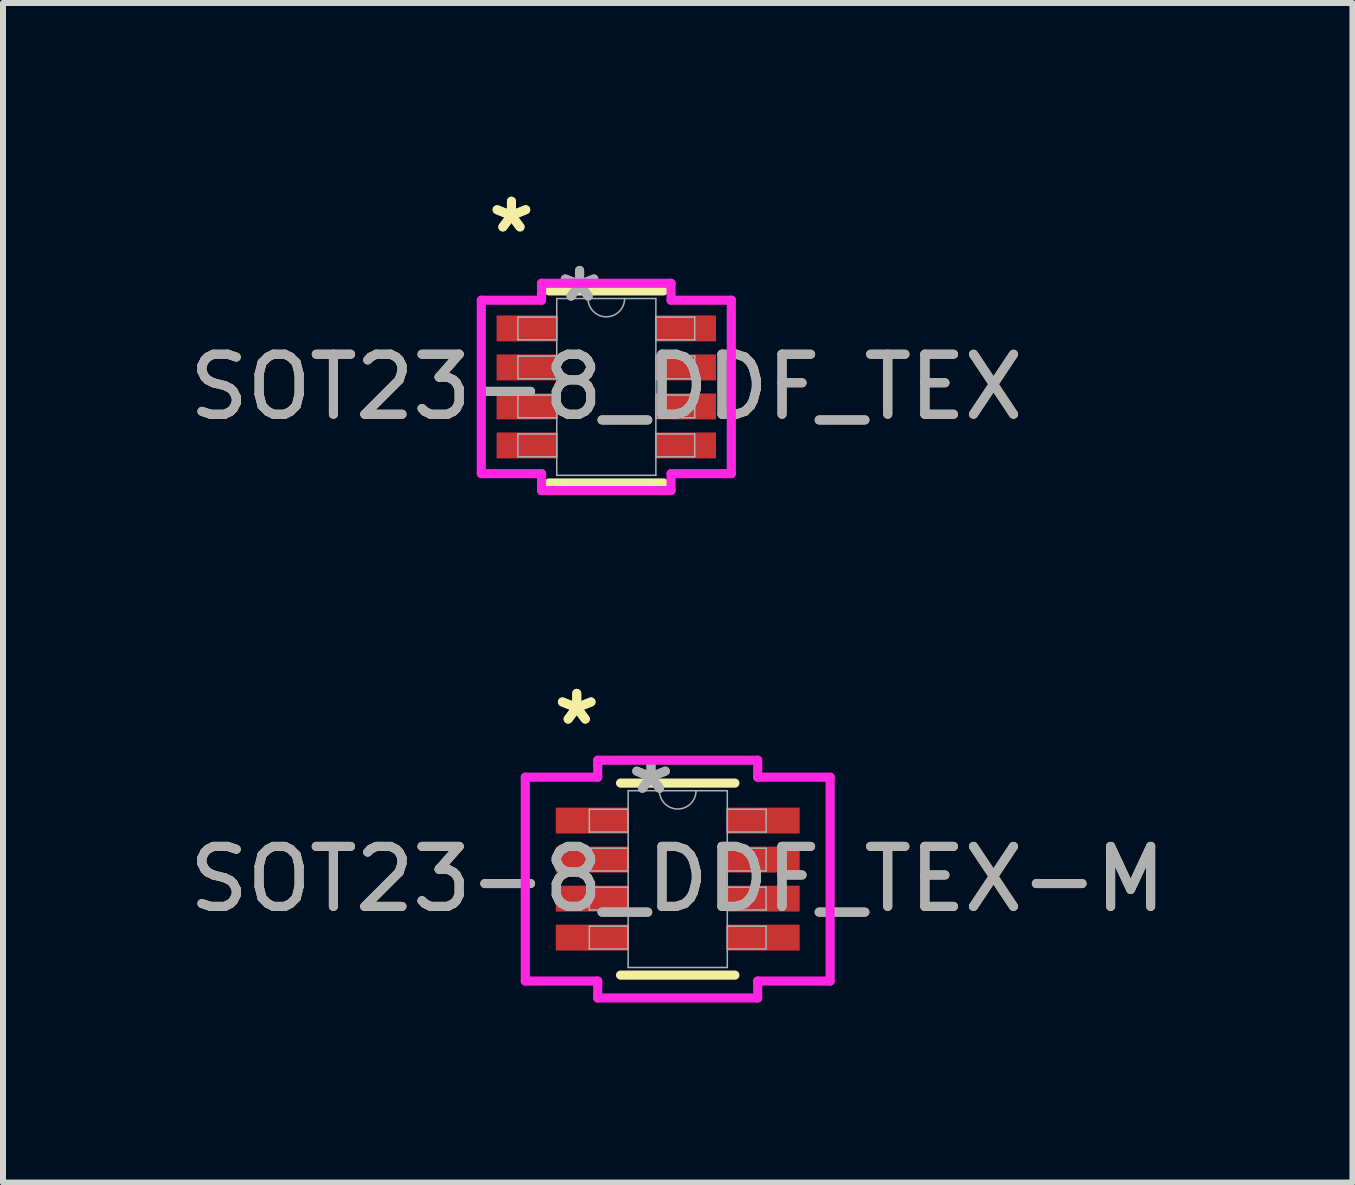
<source format=kicad_pcb>
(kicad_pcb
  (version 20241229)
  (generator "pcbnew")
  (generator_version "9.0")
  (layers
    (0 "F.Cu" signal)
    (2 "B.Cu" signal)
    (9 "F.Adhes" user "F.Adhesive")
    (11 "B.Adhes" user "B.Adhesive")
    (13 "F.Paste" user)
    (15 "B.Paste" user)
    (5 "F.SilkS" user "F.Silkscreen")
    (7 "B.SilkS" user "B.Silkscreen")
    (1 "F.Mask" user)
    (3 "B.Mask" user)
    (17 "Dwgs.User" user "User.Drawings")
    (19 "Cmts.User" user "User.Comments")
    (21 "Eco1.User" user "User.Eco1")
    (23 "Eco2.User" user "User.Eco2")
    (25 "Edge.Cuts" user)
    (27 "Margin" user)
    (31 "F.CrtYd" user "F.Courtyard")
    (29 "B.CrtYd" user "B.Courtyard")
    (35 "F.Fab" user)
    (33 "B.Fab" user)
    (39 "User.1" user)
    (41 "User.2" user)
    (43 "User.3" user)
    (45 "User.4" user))
  (footprint "SOT23-8_DDF_TEX-M"
    (layer "F.Cu")
    (at 8.244 11.6)
    (property "Reference" "SOT23-8_DDF_TEX-M" (at 0 0 0) (unlocked yes) (layer "F.SilkS") (effects (font (size 1 1) (thickness 0.15))))
    (attr smd)
    (fp_line (start -0.953 1.6) (end 0.953 1.6) (stroke (width 0.152) (type solid)) (layer "F.SilkS"))
    (fp_line (start 0.953 -1.6) (end -0.953 -1.6) (stroke (width 0.152) (type solid)) (layer "F.SilkS"))
    (fp_line (start -2.54 -1.699) (end -1.333 -1.699) (stroke (width 0.152) (type solid)) (layer "F.CrtYd"))
    (fp_line (start -2.54 1.699) (end -2.54 -1.699) (stroke (width 0.152) (type solid)) (layer "F.CrtYd"))
    (fp_line (start -2.54 1.699) (end -1.333 1.699) (stroke (width 0.152) (type solid)) (layer "F.CrtYd"))
    (fp_line (start -1.333 -1.981) (end 1.333 -1.981) (stroke (width 0.152) (type solid)) (layer "F.CrtYd"))
    (fp_line (start -1.333 -1.699) (end -1.333 -1.981) (stroke (width 0.152) (type solid)) (layer "F.CrtYd"))
    (fp_line (start -1.333 1.981) (end -1.333 1.699) (stroke (width 0.152) (type solid)) (layer "F.CrtYd"))
    (fp_line (start 1.333 -1.981) (end 1.333 -1.699) (stroke (width 0.152) (type solid)) (layer "F.CrtYd"))
    (fp_line (start 1.333 1.699) (end 1.333 1.981) (stroke (width 0.152) (type solid)) (layer "F.CrtYd"))
    (fp_line (start 1.333 1.981) (end -1.333 1.981) (stroke (width 0.152) (type solid)) (layer "F.CrtYd"))
    (fp_line (start 2.54 -1.699) (end 1.333 -1.699) (stroke (width 0.152) (type solid)) (layer "F.CrtYd"))
    (fp_line (start 2.54 -1.699) (end 2.54 1.699) (stroke (width 0.152) (type solid)) (layer "F.CrtYd"))
    (fp_line (start 2.54 1.699) (end 1.333 1.699) (stroke (width 0.152) (type solid)) (layer "F.CrtYd"))
    (fp_line (start -1.473 -1.165) (end -1.473 -0.784) (stroke (width 0.025) (type solid)) (layer "F.Fab"))
    (fp_line (start -1.473 -0.784) (end -0.826 -0.784) (stroke (width 0.025) (type solid)) (layer "F.Fab"))
    (fp_line (start -1.473 -0.515) (end -1.473 -0.135) (stroke (width 0.025) (type solid)) (layer "F.Fab"))
    (fp_line (start -1.473 -0.135) (end -0.826 -0.135) (stroke (width 0.025) (type solid)) (layer "F.Fab"))
    (fp_line (start -1.473 0.135) (end -1.473 0.515) (stroke (width 0.025) (type solid)) (layer "F.Fab"))
    (fp_line (start -1.473 0.515) (end -0.826 0.515) (stroke (width 0.025) (type solid)) (layer "F.Fab"))
    (fp_line (start -1.473 0.784) (end -1.473 1.165) (stroke (width 0.025) (type solid)) (layer "F.Fab"))
    (fp_line (start -1.473 1.165) (end -0.826 1.165) (stroke (width 0.025) (type solid)) (layer "F.Fab"))
    (fp_line (start -0.826 -1.473) (end -0.826 1.473) (stroke (width 0.025) (type solid)) (layer "F.Fab"))
    (fp_line (start -0.826 -1.165) (end -1.473 -1.165) (stroke (width 0.025) (type solid)) (layer "F.Fab"))
    (fp_line (start -0.826 -0.784) (end -0.826 -1.165) (stroke (width 0.025) (type solid)) (layer "F.Fab"))
    (fp_line (start -0.826 -0.515) (end -1.473 -0.515) (stroke (width 0.025) (type solid)) (layer "F.Fab"))
    (fp_line (start -0.826 -0.135) (end -0.826 -0.515) (stroke (width 0.025) (type solid)) (layer "F.Fab"))
    (fp_line (start -0.826 0.135) (end -1.473 0.135) (stroke (width 0.025) (type solid)) (layer "F.Fab"))
    (fp_line (start -0.826 0.515) (end -0.826 0.135) (stroke (width 0.025) (type solid)) (layer "F.Fab"))
    (fp_line (start -0.826 0.784) (end -1.473 0.784) (stroke (width 0.025) (type solid)) (layer "F.Fab"))
    (fp_line (start -0.826 1.165) (end -0.826 0.784) (stroke (width 0.025) (type solid)) (layer "F.Fab"))
    (fp_line (start -0.826 1.473) (end 0.826 1.473) (stroke (width 0.025) (type solid)) (layer "F.Fab"))
    (fp_line (start 0.826 -1.473) (end -0.826 -1.473) (stroke (width 0.025) (type solid)) (layer "F.Fab"))
    (fp_line (start 0.826 -1.165) (end 0.826 -0.784) (stroke (width 0.025) (type solid)) (layer "F.Fab"))
    (fp_line (start 0.826 -0.784) (end 1.473 -0.784) (stroke (width 0.025) (type solid)) (layer "F.Fab"))
    (fp_line (start 0.826 -0.515) (end 0.826 -0.135) (stroke (width 0.025) (type solid)) (layer "F.Fab"))
    (fp_line (start 0.826 -0.135) (end 1.473 -0.135) (stroke (width 0.025) (type solid)) (layer "F.Fab"))
    (fp_line (start 0.826 0.135) (end 0.826 0.515) (stroke (width 0.025) (type solid)) (layer "F.Fab"))
    (fp_line (start 0.826 0.515) (end 1.473 0.515) (stroke (width 0.025) (type solid)) (layer "F.Fab"))
    (fp_line (start 0.826 0.784) (end 0.826 1.165) (stroke (width 0.025) (type solid)) (layer "F.Fab"))
    (fp_line (start 0.826 1.165) (end 1.473 1.165) (stroke (width 0.025) (type solid)) (layer "F.Fab"))
    (fp_line (start 0.826 1.473) (end 0.826 -1.473) (stroke (width 0.025) (type solid)) (layer "F.Fab"))
    (fp_line (start 1.473 -1.165) (end 0.826 -1.165) (stroke (width 0.025) (type solid)) (layer "F.Fab"))
    (fp_line (start 1.473 -0.784) (end 1.473 -1.165) (stroke (width 0.025) (type solid)) (layer "F.Fab"))
    (fp_line (start 1.473 -0.515) (end 0.826 -0.515) (stroke (width 0.025) (type solid)) (layer "F.Fab"))
    (fp_line (start 1.473 -0.135) (end 1.473 -0.515) (stroke (width 0.025) (type solid)) (layer "F.Fab"))
    (fp_line (start 1.473 0.135) (end 0.826 0.135) (stroke (width 0.025) (type solid)) (layer "F.Fab"))
    (fp_line (start 1.473 0.515) (end 1.473 0.135) (stroke (width 0.025) (type solid)) (layer "F.Fab"))
    (fp_line (start 1.473 0.784) (end 0.826 0.784) (stroke (width 0.025) (type solid)) (layer "F.Fab"))
    (fp_line (start 1.473 1.165) (end 1.473 0.784) (stroke (width 0.025) (type solid)) (layer "F.Fab"))
    (fp_arc (start 0.3048 -1.4732) (mid 0 -1.1684) (end -0.3048 -1.4732) (stroke (width 0.0254) (type solid)) (layer "F.Fab"))
    (fp_text user "*" (at -1.683 -2.55 0) (layer "F.SilkS") (effects (font (size 1 1) (thickness 0.15))))
    (fp_text user "*" (at -1.683 -2.55 0) (unlocked yes) (layer "F.SilkS") (effects (font (size 1 1) (thickness 0.15))))
    (fp_text user "*" (at -0.445 -1.397 0) (unlocked yes) (layer "F.Fab") (effects (font (size 1 1) (thickness 0.15))))
    (fp_text user "*" (at -0.445 -1.397 0) (layer "F.Fab") (effects (font (size 1 1) (thickness 0.15))))
    (fp_text user "${REFERENCE}" (at 0 0 0) (unlocked yes) (layer "F.Fab") (effects (font (size 1 1) (thickness 0.15))))
    (pad "1" smd rect (at -1.429 -0.975) (size 1.206 0.432) (layers "F.Cu" "F.Mask" "F.Paste"))
    (pad "2" smd rect (at -1.429 -0.325) (size 1.206 0.432) (layers "F.Cu" "F.Mask" "F.Paste"))
    (pad "3" smd rect (at -1.429 0.325) (size 1.206 0.432) (layers "F.Cu" "F.Mask" "F.Paste"))
    (pad "4" smd rect (at -1.429 0.975) (size 1.206 0.432) (layers "F.Cu" "F.Mask" "F.Paste"))
    (pad "5" smd rect (at 1.429 0.975) (size 1.206 0.432) (layers "F.Cu" "F.Mask" "F.Paste"))
    (pad "6" smd rect (at 1.429 0.325) (size 1.206 0.432) (layers "F.Cu" "F.Mask" "F.Paste"))
    (pad "7" smd rect (at 1.429 -0.325) (size 1.206 0.432) (layers "F.Cu" "F.Mask" "F.Paste"))
    (pad "8" smd rect (at 1.429 -0.975) (size 1.206 0.432) (layers "F.Cu" "F.Mask" "F.Paste")))
  (footprint "SOT23-8_DDF_TEX"
    (layer "F.Cu")
    (at 7.054 3.398)
    (property "Reference" "SOT23-8_DDF_TEX" (at 0 0 0) (unlocked yes) (layer "F.SilkS") (effects (font (size 1 1) (thickness 0.15))))
    (attr smd)
    (fp_line (start -0.953 1.6) (end 0.953 1.6) (stroke (width 0.152) (type solid)) (layer "F.SilkS"))
    (fp_line (start 0.953 -1.6) (end -0.953 -1.6) (stroke (width 0.152) (type solid)) (layer "F.SilkS"))
    (fp_line (start -2.083 -1.445) (end -1.079 -1.445) (stroke (width 0.152) (type solid)) (layer "F.CrtYd"))
    (fp_line (start -2.083 1.445) (end -2.083 -1.445) (stroke (width 0.152) (type solid)) (layer "F.CrtYd"))
    (fp_line (start -2.083 1.445) (end -1.079 1.445) (stroke (width 0.152) (type solid)) (layer "F.CrtYd"))
    (fp_line (start -1.079 -1.727) (end 1.079 -1.727) (stroke (width 0.152) (type solid)) (layer "F.CrtYd"))
    (fp_line (start -1.079 -1.445) (end -1.079 -1.727) (stroke (width 0.152) (type solid)) (layer "F.CrtYd"))
    (fp_line (start -1.079 1.727) (end -1.079 1.445) (stroke (width 0.152) (type solid)) (layer "F.CrtYd"))
    (fp_line (start 1.079 -1.727) (end 1.079 -1.445) (stroke (width 0.152) (type solid)) (layer "F.CrtYd"))
    (fp_line (start 1.079 1.445) (end 1.079 1.727) (stroke (width 0.152) (type solid)) (layer "F.CrtYd"))
    (fp_line (start 1.079 1.727) (end -1.079 1.727) (stroke (width 0.152) (type solid)) (layer "F.CrtYd"))
    (fp_line (start 2.083 -1.445) (end 1.079 -1.445) (stroke (width 0.152) (type solid)) (layer "F.CrtYd"))
    (fp_line (start 2.083 -1.445) (end 2.083 1.445) (stroke (width 0.152) (type solid)) (layer "F.CrtYd"))
    (fp_line (start 2.083 1.445) (end 1.079 1.445) (stroke (width 0.152) (type solid)) (layer "F.CrtYd"))
    (fp_line (start -1.473 -1.165) (end -1.473 -0.784) (stroke (width 0.025) (type solid)) (layer "F.Fab"))
    (fp_line (start -1.473 -0.784) (end -0.826 -0.784) (stroke (width 0.025) (type solid)) (layer "F.Fab"))
    (fp_line (start -1.473 -0.515) (end -1.473 -0.135) (stroke (width 0.025) (type solid)) (layer "F.Fab"))
    (fp_line (start -1.473 -0.135) (end -0.826 -0.135) (stroke (width 0.025) (type solid)) (layer "F.Fab"))
    (fp_line (start -1.473 0.135) (end -1.473 0.515) (stroke (width 0.025) (type solid)) (layer "F.Fab"))
    (fp_line (start -1.473 0.515) (end -0.826 0.515) (stroke (width 0.025) (type solid)) (layer "F.Fab"))
    (fp_line (start -1.473 0.784) (end -1.473 1.165) (stroke (width 0.025) (type solid)) (layer "F.Fab"))
    (fp_line (start -1.473 1.165) (end -0.826 1.165) (stroke (width 0.025) (type solid)) (layer "F.Fab"))
    (fp_line (start -0.826 -1.473) (end -0.826 1.473) (stroke (width 0.025) (type solid)) (layer "F.Fab"))
    (fp_line (start -0.826 -1.165) (end -1.473 -1.165) (stroke (width 0.025) (type solid)) (layer "F.Fab"))
    (fp_line (start -0.826 -0.784) (end -0.826 -1.165) (stroke (width 0.025) (type solid)) (layer "F.Fab"))
    (fp_line (start -0.826 -0.515) (end -1.473 -0.515) (stroke (width 0.025) (type solid)) (layer "F.Fab"))
    (fp_line (start -0.826 -0.135) (end -0.826 -0.515) (stroke (width 0.025) (type solid)) (layer "F.Fab"))
    (fp_line (start -0.826 0.135) (end -1.473 0.135) (stroke (width 0.025) (type solid)) (layer "F.Fab"))
    (fp_line (start -0.826 0.515) (end -0.826 0.135) (stroke (width 0.025) (type solid)) (layer "F.Fab"))
    (fp_line (start -0.826 0.784) (end -1.473 0.784) (stroke (width 0.025) (type solid)) (layer "F.Fab"))
    (fp_line (start -0.826 1.165) (end -0.826 0.784) (stroke (width 0.025) (type solid)) (layer "F.Fab"))
    (fp_line (start -0.826 1.473) (end 0.826 1.473) (stroke (width 0.025) (type solid)) (layer "F.Fab"))
    (fp_line (start 0.826 -1.473) (end -0.826 -1.473) (stroke (width 0.025) (type solid)) (layer "F.Fab"))
    (fp_line (start 0.826 -1.165) (end 0.826 -0.784) (stroke (width 0.025) (type solid)) (layer "F.Fab"))
    (fp_line (start 0.826 -0.784) (end 1.473 -0.784) (stroke (width 0.025) (type solid)) (layer "F.Fab"))
    (fp_line (start 0.826 -0.515) (end 0.826 -0.135) (stroke (width 0.025) (type solid)) (layer "F.Fab"))
    (fp_line (start 0.826 -0.135) (end 1.473 -0.135) (stroke (width 0.025) (type solid)) (layer "F.Fab"))
    (fp_line (start 0.826 0.135) (end 0.826 0.515) (stroke (width 0.025) (type solid)) (layer "F.Fab"))
    (fp_line (start 0.826 0.515) (end 1.473 0.515) (stroke (width 0.025) (type solid)) (layer "F.Fab"))
    (fp_line (start 0.826 0.784) (end 0.826 1.165) (stroke (width 0.025) (type solid)) (layer "F.Fab"))
    (fp_line (start 0.826 1.165) (end 1.473 1.165) (stroke (width 0.025) (type solid)) (layer "F.Fab"))
    (fp_line (start 0.826 1.473) (end 0.826 -1.473) (stroke (width 0.025) (type solid)) (layer "F.Fab"))
    (fp_line (start 1.473 -1.165) (end 0.826 -1.165) (stroke (width 0.025) (type solid)) (layer "F.Fab"))
    (fp_line (start 1.473 -0.784) (end 1.473 -1.165) (stroke (width 0.025) (type solid)) (layer "F.Fab"))
    (fp_line (start 1.473 -0.515) (end 0.826 -0.515) (stroke (width 0.025) (type solid)) (layer "F.Fab"))
    (fp_line (start 1.473 -0.135) (end 1.473 -0.515) (stroke (width 0.025) (type solid)) (layer "F.Fab"))
    (fp_line (start 1.473 0.135) (end 0.826 0.135) (stroke (width 0.025) (type solid)) (layer "F.Fab"))
    (fp_line (start 1.473 0.515) (end 1.473 0.135) (stroke (width 0.025) (type solid)) (layer "F.Fab"))
    (fp_line (start 1.473 0.784) (end 0.826 0.784) (stroke (width 0.025) (type solid)) (layer "F.Fab"))
    (fp_line (start 1.473 1.165) (end 1.473 0.784) (stroke (width 0.025) (type solid)) (layer "F.Fab"))
    (fp_arc (start 0.3048 -1.4732) (mid 0 -1.1684) (end -0.3048 -1.4732) (stroke (width 0.0254) (type solid)) (layer "F.Fab"))
    (fp_text user "*" (at -1.581 -2.55 0) (unlocked yes) (layer "F.SilkS") (effects (font (size 1 1) (thickness 0.15))))
    (fp_text user "*" (at -1.581 -2.55 0) (layer "F.SilkS") (effects (font (size 1 1) (thickness 0.15))))
    (fp_text user "*" (at -0.445 -1.397 0) (unlocked yes) (layer "F.Fab") (effects (font (size 1 1) (thickness 0.15))))
    (fp_text user "${REFERENCE}" (at 0 0 0) (unlocked yes) (layer "F.Fab") (effects (font (size 1 1) (thickness 0.15))))
    (fp_text user "*" (at -0.445 -1.397 0) (layer "F.Fab") (effects (font (size 1 1) (thickness 0.15))))
    (pad "1" smd rect (at -1.327 -0.975) (size 1.003 0.432) (layers "F.Cu" "F.Mask" "F.Paste"))
    (pad "2" smd rect (at -1.327 -0.325) (size 1.003 0.432) (layers "F.Cu" "F.Mask" "F.Paste"))
    (pad "3" smd rect (at -1.327 0.325) (size 1.003 0.432) (layers "F.Cu" "F.Mask" "F.Paste"))
    (pad "4" smd rect (at -1.327 0.975) (size 1.003 0.432) (layers "F.Cu" "F.Mask" "F.Paste"))
    (pad "5" smd rect (at 1.327 0.975) (size 1.003 0.432) (layers "F.Cu" "F.Mask" "F.Paste"))
    (pad "6" smd rect (at 1.327 0.325) (size 1.003 0.432) (layers "F.Cu" "F.Mask" "F.Paste"))
    (pad "7" smd rect (at 1.327 -0.325) (size 1.003 0.432) (layers "F.Cu" "F.Mask" "F.Paste"))
    (pad "8" smd rect (at 1.327 -0.975) (size 1.003 0.432) (layers "F.Cu" "F.Mask" "F.Paste")))
  (gr_rect
    (start -3 -3)
    (end 19.488 16.657)
    (stroke (width 0.1) (type default))
    (fill no)
    (layer "Edge.Cuts")))
</source>
